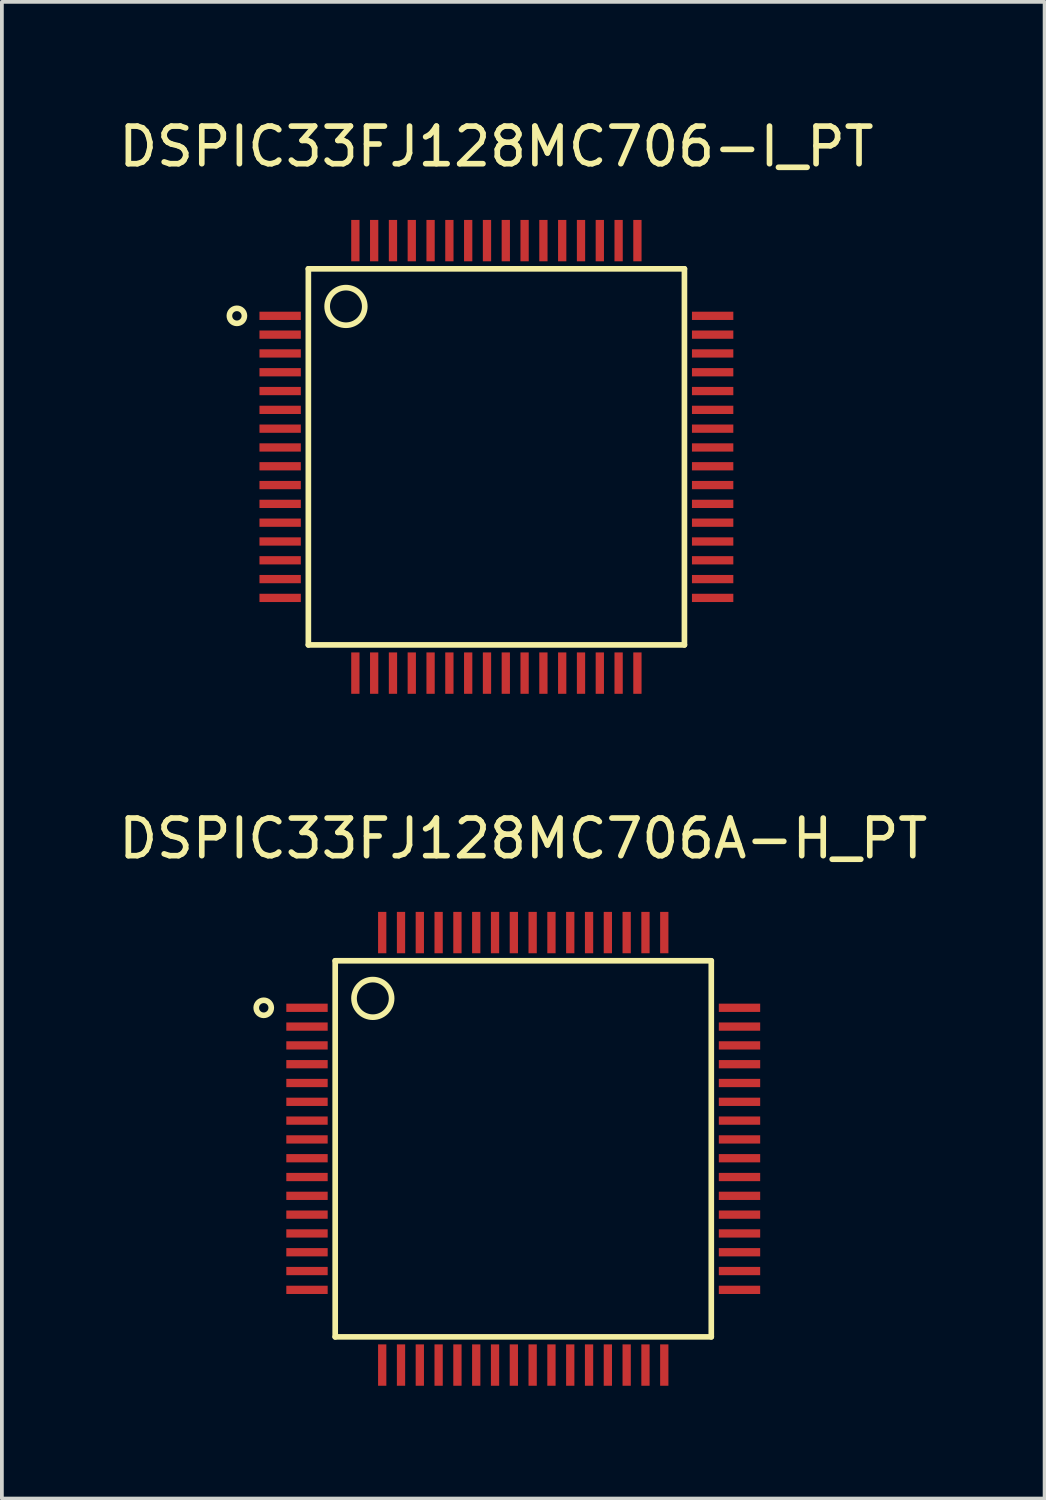
<source format=kicad_pcb>
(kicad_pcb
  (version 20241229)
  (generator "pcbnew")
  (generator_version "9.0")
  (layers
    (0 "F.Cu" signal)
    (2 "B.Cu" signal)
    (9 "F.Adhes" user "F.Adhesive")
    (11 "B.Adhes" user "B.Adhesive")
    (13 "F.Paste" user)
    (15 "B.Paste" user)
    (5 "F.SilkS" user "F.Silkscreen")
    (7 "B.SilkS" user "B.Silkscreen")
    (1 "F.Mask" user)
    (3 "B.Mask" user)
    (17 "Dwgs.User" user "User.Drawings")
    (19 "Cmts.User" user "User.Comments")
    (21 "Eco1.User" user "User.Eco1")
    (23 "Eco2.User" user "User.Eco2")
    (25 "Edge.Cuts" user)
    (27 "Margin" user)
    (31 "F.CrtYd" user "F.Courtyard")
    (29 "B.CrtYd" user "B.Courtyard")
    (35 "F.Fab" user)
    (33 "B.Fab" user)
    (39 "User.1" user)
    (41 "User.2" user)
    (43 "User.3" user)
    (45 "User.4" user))
  (footprint "DSPIC33FJ128MC706-I_PT"
    (layer "F.Cu")
    (at 4.399 3.348)
    (property "Reference" "DSPIC33FJ128MC706-I_PT" (at 5.75 -2.5 0) (layer "F.SilkS") (effects (font (size 1 1) (thickness 0.15))))
    (attr through_hole)
    (fp_line (start 0.75 0.75) (end 0.75 10.75) (stroke (width 0.15) (type solid)) (layer "F.SilkS"))
    (fp_line (start 0.75 0.75) (end 10.75 0.75) (stroke (width 0.15) (type solid)) (layer "F.SilkS"))
    (fp_line (start 0.75 10.75) (end 10.75 10.75) (stroke (width 0.15) (type solid)) (layer "F.SilkS"))
    (fp_line (start 10.75 10.75) (end 10.75 0.75) (stroke (width 0.15) (type solid)) (layer "F.SilkS"))
    (fp_circle (center -1.15 2) (end -1.15 1.8) (stroke (width 0.15) (type solid)) (fill no) (layer "F.SilkS"))
    (fp_circle (center 1.75 1.75) (end 1.75 1.25) (stroke (width 0.15) (type solid)) (fill no) (layer "F.SilkS"))
    (pad "1" smd rect (at 0 2) (size 1.1 0.22) (layers "F.Cu" "F.Mask" "F.Paste"))
    (pad "2" smd rect (at 0 2.5) (size 1.1 0.22) (layers "F.Cu" "F.Mask" "F.Paste"))
    (pad "3" smd rect (at 0 3) (size 1.1 0.22) (layers "F.Cu" "F.Mask" "F.Paste"))
    (pad "4" smd rect (at 0 3.5) (size 1.1 0.22) (layers "F.Cu" "F.Mask" "F.Paste"))
    (pad "5" smd rect (at 0 4) (size 1.1 0.22) (layers "F.Cu" "F.Mask" "F.Paste"))
    (pad "6" smd rect (at 0 4.5) (size 1.1 0.22) (layers "F.Cu" "F.Mask" "F.Paste"))
    (pad "7" smd rect (at 0 5) (size 1.1 0.22) (layers "F.Cu" "F.Mask" "F.Paste"))
    (pad "8" smd rect (at 0 5.5) (size 1.1 0.22) (layers "F.Cu" "F.Mask" "F.Paste"))
    (pad "9" smd rect (at 0 6) (size 1.1 0.22) (layers "F.Cu" "F.Mask" "F.Paste"))
    (pad "10" smd rect (at 0 6.5) (size 1.1 0.22) (layers "F.Cu" "F.Mask" "F.Paste"))
    (pad "11" smd rect (at 0 7) (size 1.1 0.22) (layers "F.Cu" "F.Mask" "F.Paste"))
    (pad "12" smd rect (at 0 7.5) (size 1.1 0.22) (layers "F.Cu" "F.Mask" "F.Paste"))
    (pad "13" smd rect (at 0 8) (size 1.1 0.22) (layers "F.Cu" "F.Mask" "F.Paste"))
    (pad "14" smd rect (at 0 8.5) (size 1.1 0.22) (layers "F.Cu" "F.Mask" "F.Paste"))
    (pad "15" smd rect (at 0 9) (size 1.1 0.22) (layers "F.Cu" "F.Mask" "F.Paste"))
    (pad "16" smd rect (at 0 9.5) (size 1.1 0.22) (layers "F.Cu" "F.Mask" "F.Paste"))
    (pad "17" smd rect (at 2 11.5) (size 0.22 1.1) (layers "F.Cu" "F.Mask" "F.Paste"))
    (pad "18" smd rect (at 2.5 11.5) (size 0.22 1.1) (layers "F.Cu" "F.Mask" "F.Paste"))
    (pad "19" smd rect (at 3 11.5) (size 0.22 1.1) (layers "F.Cu" "F.Mask" "F.Paste"))
    (pad "20" smd rect (at 3.5 11.5) (size 0.22 1.1) (layers "F.Cu" "F.Mask" "F.Paste"))
    (pad "21" smd rect (at 4 11.5) (size 0.22 1.1) (layers "F.Cu" "F.Mask" "F.Paste"))
    (pad "22" smd rect (at 4.5 11.5) (size 0.22 1.1) (layers "F.Cu" "F.Mask" "F.Paste"))
    (pad "23" smd rect (at 5 11.5) (size 0.22 1.1) (layers "F.Cu" "F.Mask" "F.Paste"))
    (pad "24" smd rect (at 5.5 11.5) (size 0.22 1.1) (layers "F.Cu" "F.Mask" "F.Paste"))
    (pad "25" smd rect (at 6 11.5) (size 0.22 1.1) (layers "F.Cu" "F.Mask" "F.Paste"))
    (pad "26" smd rect (at 6.5 11.5) (size 0.22 1.1) (layers "F.Cu" "F.Mask" "F.Paste"))
    (pad "27" smd rect (at 7 11.5) (size 0.22 1.1) (layers "F.Cu" "F.Mask" "F.Paste"))
    (pad "28" smd rect (at 7.5 11.5) (size 0.22 1.1) (layers "F.Cu" "F.Mask" "F.Paste"))
    (pad "29" smd rect (at 8 11.5) (size 0.22 1.1) (layers "F.Cu" "F.Mask" "F.Paste"))
    (pad "30" smd rect (at 8.5 11.5) (size 0.22 1.1) (layers "F.Cu" "F.Mask" "F.Paste"))
    (pad "31" smd rect (at 9 11.5) (size 0.22 1.1) (layers "F.Cu" "F.Mask" "F.Paste"))
    (pad "32" smd rect (at 9.5 11.5) (size 0.22 1.1) (layers "F.Cu" "F.Mask" "F.Paste"))
    (pad "33" smd rect (at 11.5 9.5) (size 1.1 0.22) (layers "F.Cu" "F.Mask" "F.Paste"))
    (pad "34" smd rect (at 11.5 9) (size 1.1 0.22) (layers "F.Cu" "F.Mask" "F.Paste"))
    (pad "35" smd rect (at 11.5 8.5) (size 1.1 0.22) (layers "F.Cu" "F.Mask" "F.Paste"))
    (pad "36" smd rect (at 11.5 8) (size 1.1 0.22) (layers "F.Cu" "F.Mask" "F.Paste"))
    (pad "37" smd rect (at 11.5 7.5) (size 1.1 0.22) (layers "F.Cu" "F.Mask" "F.Paste"))
    (pad "38" smd rect (at 11.5 7) (size 1.1 0.22) (layers "F.Cu" "F.Mask" "F.Paste"))
    (pad "39" smd rect (at 11.5 6.5) (size 1.1 0.22) (layers "F.Cu" "F.Mask" "F.Paste"))
    (pad "40" smd rect (at 11.5 6) (size 1.1 0.22) (layers "F.Cu" "F.Mask" "F.Paste"))
    (pad "41" smd rect (at 11.5 5.5) (size 1.1 0.22) (layers "F.Cu" "F.Mask" "F.Paste"))
    (pad "42" smd rect (at 11.5 5) (size 1.1 0.22) (layers "F.Cu" "F.Mask" "F.Paste"))
    (pad "43" smd rect (at 11.5 4.5) (size 1.1 0.22) (layers "F.Cu" "F.Mask" "F.Paste"))
    (pad "44" smd rect (at 11.5 4) (size 1.1 0.22) (layers "F.Cu" "F.Mask" "F.Paste"))
    (pad "45" smd rect (at 11.5 3.5) (size 1.1 0.22) (layers "F.Cu" "F.Mask" "F.Paste"))
    (pad "46" smd rect (at 11.5 3) (size 1.1 0.22) (layers "F.Cu" "F.Mask" "F.Paste"))
    (pad "47" smd rect (at 11.5 2.5) (size 1.1 0.22) (layers "F.Cu" "F.Mask" "F.Paste"))
    (pad "48" smd rect (at 11.5 2) (size 1.1 0.22) (layers "F.Cu" "F.Mask" "F.Paste"))
    (pad "49" smd rect (at 9.5 0) (size 0.22 1.1) (layers "F.Cu" "F.Mask" "F.Paste"))
    (pad "50" smd rect (at 9 0) (size 0.22 1.1) (layers "F.Cu" "F.Mask" "F.Paste"))
    (pad "51" smd rect (at 8.5 0) (size 0.22 1.1) (layers "F.Cu" "F.Mask" "F.Paste"))
    (pad "52" smd rect (at 8 0) (size 0.22 1.1) (layers "F.Cu" "F.Mask" "F.Paste"))
    (pad "53" smd rect (at 7.5 0) (size 0.22 1.1) (layers "F.Cu" "F.Mask" "F.Paste"))
    (pad "54" smd rect (at 7 0) (size 0.22 1.1) (layers "F.Cu" "F.Mask" "F.Paste"))
    (pad "55" smd rect (at 6.5 0) (size 0.22 1.1) (layers "F.Cu" "F.Mask" "F.Paste"))
    (pad "56" smd rect (at 6 0) (size 0.22 1.1) (layers "F.Cu" "F.Mask" "F.Paste"))
    (pad "57" smd rect (at 5.5 0) (size 0.22 1.1) (layers "F.Cu" "F.Mask" "F.Paste"))
    (pad "58" smd rect (at 5 0) (size 0.22 1.1) (layers "F.Cu" "F.Mask" "F.Paste"))
    (pad "59" smd rect (at 4.5 0) (size 0.22 1.1) (layers "F.Cu" "F.Mask" "F.Paste"))
    (pad "60" smd rect (at 4 0) (size 0.22 1.1) (layers "F.Cu" "F.Mask" "F.Paste"))
    (pad "61" smd rect (at 3.5 0) (size 0.22 1.1) (layers "F.Cu" "F.Mask" "F.Paste"))
    (pad "62" smd rect (at 3 0) (size 0.22 1.1) (layers "F.Cu" "F.Mask" "F.Paste"))
    (pad "63" smd rect (at 2.5 0) (size 0.22 1.1) (layers "F.Cu" "F.Mask" "F.Paste"))
    (pad "64" smd rect (at 2 0) (size 0.22 1.1) (layers "F.Cu" "F.Mask" "F.Paste")))
  (footprint "DSPIC33FJ128MC706A-H_PT"
    (layer "F.Cu")
    (at 5.113 21.747)
    (property "Reference" "DSPIC33FJ128MC706A-H_PT" (at 5.75 -2.5 0) (layer "F.SilkS") (effects (font (size 1 1) (thickness 0.15))))
    (attr through_hole)
    (fp_line (start 0.75 0.75) (end 0.75 10.75) (stroke (width 0.15) (type solid)) (layer "F.SilkS"))
    (fp_line (start 0.75 0.75) (end 10.75 0.75) (stroke (width 0.15) (type solid)) (layer "F.SilkS"))
    (fp_line (start 0.75 10.75) (end 10.75 10.75) (stroke (width 0.15) (type solid)) (layer "F.SilkS"))
    (fp_line (start 10.75 10.75) (end 10.75 0.75) (stroke (width 0.15) (type solid)) (layer "F.SilkS"))
    (fp_circle (center -1.15 2) (end -1.15 1.8) (stroke (width 0.15) (type solid)) (fill no) (layer "F.SilkS"))
    (fp_circle (center 1.75 1.75) (end 1.75 1.25) (stroke (width 0.15) (type solid)) (fill no) (layer "F.SilkS"))
    (pad "1" smd rect (at 0 2) (size 1.1 0.22) (layers "F.Cu" "F.Mask" "F.Paste"))
    (pad "2" smd rect (at 0 2.5) (size 1.1 0.22) (layers "F.Cu" "F.Mask" "F.Paste"))
    (pad "3" smd rect (at 0 3) (size 1.1 0.22) (layers "F.Cu" "F.Mask" "F.Paste"))
    (pad "4" smd rect (at 0 3.5) (size 1.1 0.22) (layers "F.Cu" "F.Mask" "F.Paste"))
    (pad "5" smd rect (at 0 4) (size 1.1 0.22) (layers "F.Cu" "F.Mask" "F.Paste"))
    (pad "6" smd rect (at 0 4.5) (size 1.1 0.22) (layers "F.Cu" "F.Mask" "F.Paste"))
    (pad "7" smd rect (at 0 5) (size 1.1 0.22) (layers "F.Cu" "F.Mask" "F.Paste"))
    (pad "8" smd rect (at 0 5.5) (size 1.1 0.22) (layers "F.Cu" "F.Mask" "F.Paste"))
    (pad "9" smd rect (at 0 6) (size 1.1 0.22) (layers "F.Cu" "F.Mask" "F.Paste"))
    (pad "10" smd rect (at 0 6.5) (size 1.1 0.22) (layers "F.Cu" "F.Mask" "F.Paste"))
    (pad "11" smd rect (at 0 7) (size 1.1 0.22) (layers "F.Cu" "F.Mask" "F.Paste"))
    (pad "12" smd rect (at 0 7.5) (size 1.1 0.22) (layers "F.Cu" "F.Mask" "F.Paste"))
    (pad "13" smd rect (at 0 8) (size 1.1 0.22) (layers "F.Cu" "F.Mask" "F.Paste"))
    (pad "14" smd rect (at 0 8.5) (size 1.1 0.22) (layers "F.Cu" "F.Mask" "F.Paste"))
    (pad "15" smd rect (at 0 9) (size 1.1 0.22) (layers "F.Cu" "F.Mask" "F.Paste"))
    (pad "16" smd rect (at 0 9.5) (size 1.1 0.22) (layers "F.Cu" "F.Mask" "F.Paste"))
    (pad "17" smd rect (at 2 11.5) (size 0.22 1.1) (layers "F.Cu" "F.Mask" "F.Paste"))
    (pad "18" smd rect (at 2.5 11.5) (size 0.22 1.1) (layers "F.Cu" "F.Mask" "F.Paste"))
    (pad "19" smd rect (at 3 11.5) (size 0.22 1.1) (layers "F.Cu" "F.Mask" "F.Paste"))
    (pad "20" smd rect (at 3.5 11.5) (size 0.22 1.1) (layers "F.Cu" "F.Mask" "F.Paste"))
    (pad "21" smd rect (at 4 11.5) (size 0.22 1.1) (layers "F.Cu" "F.Mask" "F.Paste"))
    (pad "22" smd rect (at 4.5 11.5) (size 0.22 1.1) (layers "F.Cu" "F.Mask" "F.Paste"))
    (pad "23" smd rect (at 5 11.5) (size 0.22 1.1) (layers "F.Cu" "F.Mask" "F.Paste"))
    (pad "24" smd rect (at 5.5 11.5) (size 0.22 1.1) (layers "F.Cu" "F.Mask" "F.Paste"))
    (pad "25" smd rect (at 6 11.5) (size 0.22 1.1) (layers "F.Cu" "F.Mask" "F.Paste"))
    (pad "26" smd rect (at 6.5 11.5) (size 0.22 1.1) (layers "F.Cu" "F.Mask" "F.Paste"))
    (pad "27" smd rect (at 7 11.5) (size 0.22 1.1) (layers "F.Cu" "F.Mask" "F.Paste"))
    (pad "28" smd rect (at 7.5 11.5) (size 0.22 1.1) (layers "F.Cu" "F.Mask" "F.Paste"))
    (pad "29" smd rect (at 8 11.5) (size 0.22 1.1) (layers "F.Cu" "F.Mask" "F.Paste"))
    (pad "30" smd rect (at 8.5 11.5) (size 0.22 1.1) (layers "F.Cu" "F.Mask" "F.Paste"))
    (pad "31" smd rect (at 9 11.5) (size 0.22 1.1) (layers "F.Cu" "F.Mask" "F.Paste"))
    (pad "32" smd rect (at 9.5 11.5) (size 0.22 1.1) (layers "F.Cu" "F.Mask" "F.Paste"))
    (pad "33" smd rect (at 11.5 9.5) (size 1.1 0.22) (layers "F.Cu" "F.Mask" "F.Paste"))
    (pad "34" smd rect (at 11.5 9) (size 1.1 0.22) (layers "F.Cu" "F.Mask" "F.Paste"))
    (pad "35" smd rect (at 11.5 8.5) (size 1.1 0.22) (layers "F.Cu" "F.Mask" "F.Paste"))
    (pad "36" smd rect (at 11.5 8) (size 1.1 0.22) (layers "F.Cu" "F.Mask" "F.Paste"))
    (pad "37" smd rect (at 11.5 7.5) (size 1.1 0.22) (layers "F.Cu" "F.Mask" "F.Paste"))
    (pad "38" smd rect (at 11.5 7) (size 1.1 0.22) (layers "F.Cu" "F.Mask" "F.Paste"))
    (pad "39" smd rect (at 11.5 6.5) (size 1.1 0.22) (layers "F.Cu" "F.Mask" "F.Paste"))
    (pad "40" smd rect (at 11.5 6) (size 1.1 0.22) (layers "F.Cu" "F.Mask" "F.Paste"))
    (pad "41" smd rect (at 11.5 5.5) (size 1.1 0.22) (layers "F.Cu" "F.Mask" "F.Paste"))
    (pad "42" smd rect (at 11.5 5) (size 1.1 0.22) (layers "F.Cu" "F.Mask" "F.Paste"))
    (pad "43" smd rect (at 11.5 4.5) (size 1.1 0.22) (layers "F.Cu" "F.Mask" "F.Paste"))
    (pad "44" smd rect (at 11.5 4) (size 1.1 0.22) (layers "F.Cu" "F.Mask" "F.Paste"))
    (pad "45" smd rect (at 11.5 3.5) (size 1.1 0.22) (layers "F.Cu" "F.Mask" "F.Paste"))
    (pad "46" smd rect (at 11.5 3) (size 1.1 0.22) (layers "F.Cu" "F.Mask" "F.Paste"))
    (pad "47" smd rect (at 11.5 2.5) (size 1.1 0.22) (layers "F.Cu" "F.Mask" "F.Paste"))
    (pad "48" smd rect (at 11.5 2) (size 1.1 0.22) (layers "F.Cu" "F.Mask" "F.Paste"))
    (pad "49" smd rect (at 9.5 0) (size 0.22 1.1) (layers "F.Cu" "F.Mask" "F.Paste"))
    (pad "50" smd rect (at 9 0) (size 0.22 1.1) (layers "F.Cu" "F.Mask" "F.Paste"))
    (pad "51" smd rect (at 8.5 0) (size 0.22 1.1) (layers "F.Cu" "F.Mask" "F.Paste"))
    (pad "52" smd rect (at 8 0) (size 0.22 1.1) (layers "F.Cu" "F.Mask" "F.Paste"))
    (pad "53" smd rect (at 7.5 0) (size 0.22 1.1) (layers "F.Cu" "F.Mask" "F.Paste"))
    (pad "54" smd rect (at 7 0) (size 0.22 1.1) (layers "F.Cu" "F.Mask" "F.Paste"))
    (pad "55" smd rect (at 6.5 0) (size 0.22 1.1) (layers "F.Cu" "F.Mask" "F.Paste"))
    (pad "56" smd rect (at 6 0) (size 0.22 1.1) (layers "F.Cu" "F.Mask" "F.Paste"))
    (pad "57" smd rect (at 5.5 0) (size 0.22 1.1) (layers "F.Cu" "F.Mask" "F.Paste"))
    (pad "58" smd rect (at 5 0) (size 0.22 1.1) (layers "F.Cu" "F.Mask" "F.Paste"))
    (pad "59" smd rect (at 4.5 0) (size 0.22 1.1) (layers "F.Cu" "F.Mask" "F.Paste"))
    (pad "60" smd rect (at 4 0) (size 0.22 1.1) (layers "F.Cu" "F.Mask" "F.Paste"))
    (pad "61" smd rect (at 3.5 0) (size 0.22 1.1) (layers "F.Cu" "F.Mask" "F.Paste"))
    (pad "62" smd rect (at 3 0) (size 0.22 1.1) (layers "F.Cu" "F.Mask" "F.Paste"))
    (pad "63" smd rect (at 2.5 0) (size 0.22 1.1) (layers "F.Cu" "F.Mask" "F.Paste"))
    (pad "64" smd rect (at 2 0) (size 0.22 1.1) (layers "F.Cu" "F.Mask" "F.Paste")))
  (gr_rect
    (start -3 -3)
    (end 24.726 36.797)
    (stroke (width 0.1) (type default))
    (fill no)
    (layer "Edge.Cuts")))
</source>
